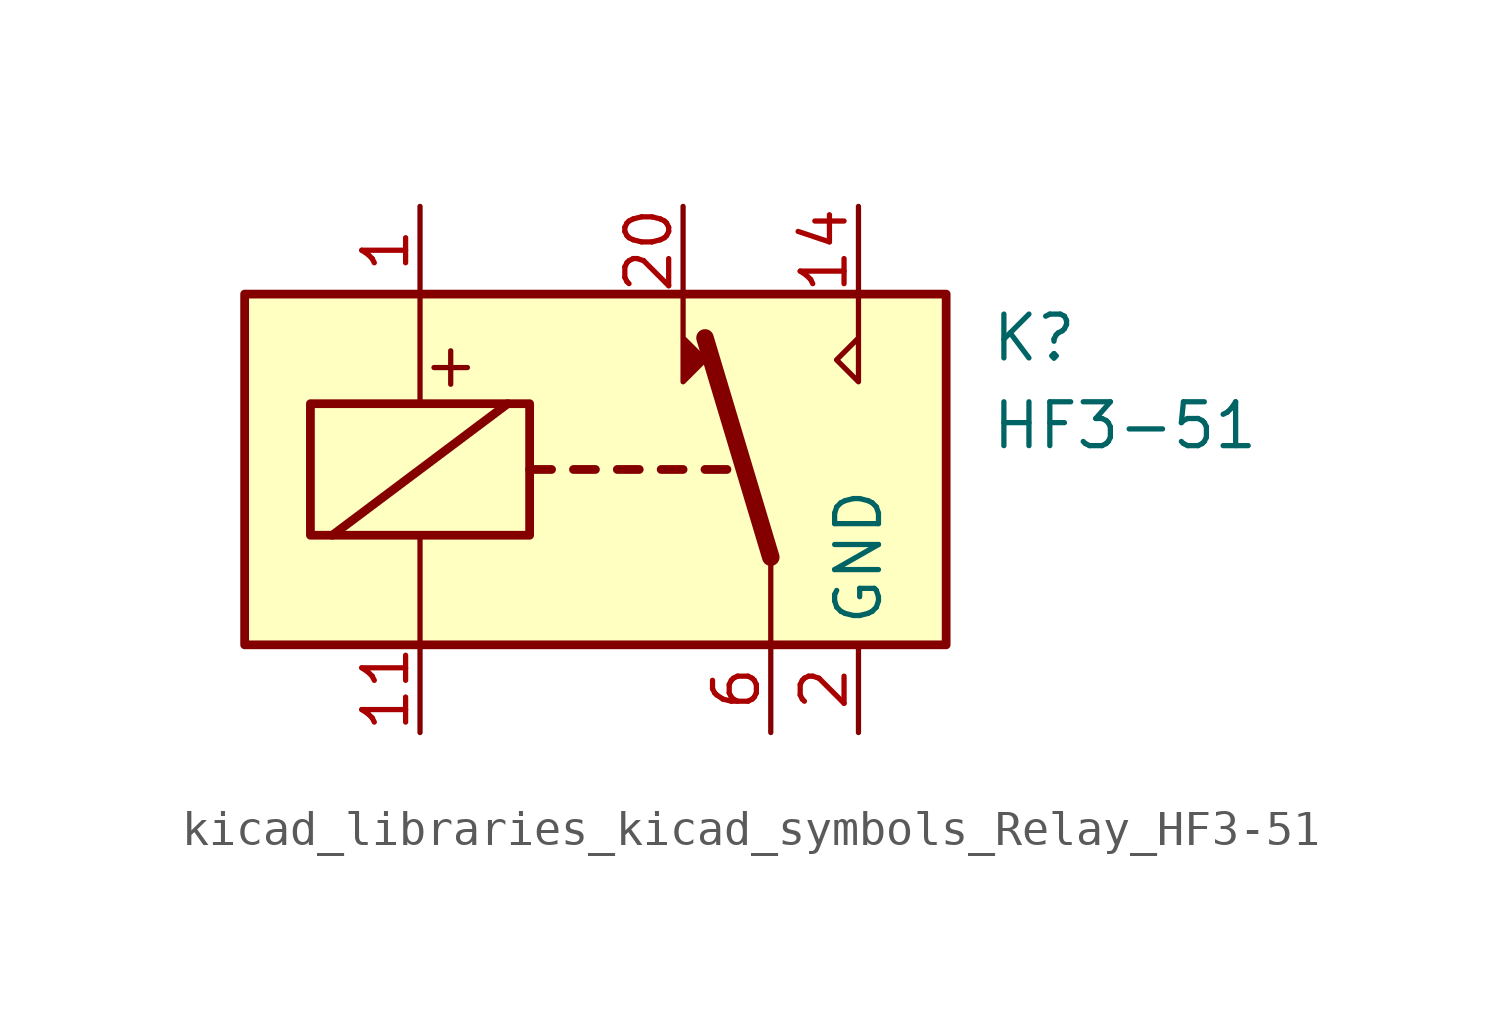
<source format=kicad_sym>
(kicad_symbol_lib
  (version 20220914)
  (generator kicad_symbol_editor)
  (symbol "kicad_libraries_kicad_symbols_Relay_HF3-51"
    (property "Reference" "K"
      (at 11.43 3.81 0)
      (effects (font (size 1.27 1.27)) (justify left)))
    (property "Value" "HF3-51"
      (at 11.43 1.27 0)
      (effects (font (size 1.27 1.27)) (justify left)))
    (symbol "kicad_libraries_kicad_symbols_Relay_HF3-51_0_0"
      (polyline (pts (xy 7.62 5.08) (xy 7.62 2.54) (xy 6.985 3.175) (xy 7.62 3.81)) (stroke (width 0) (type default)) (fill (type none)))
      (text "+" (at -4.191 3.048 0) (effects (font (size 1.27 1.27)))))
    (symbol "kicad_libraries_kicad_symbols_Relay_HF3-51_0_1"
      (rectangle (start -10.16 5.08) (end 10.16 -5.08) (stroke (width 0.254) (type default)) (fill (type background)))
      (rectangle (start -8.255 1.905) (end -1.905 -1.905) (stroke (width 0.254) (type default)) (fill (type none)))
      (polyline (pts (xy -7.62 -1.905) (xy -2.54 1.905)) (stroke (width 0.254) (type default)) (fill (type none)))
      (polyline (pts (xy -5.08 -5.08) (xy -5.08 -1.905)) (stroke (width 0) (type default)) (fill (type none)))
      (polyline (pts (xy -5.08 5.08) (xy -5.08 1.905)) (stroke (width 0) (type default)) (fill (type none)))
      (polyline (pts (xy -1.905 0) (xy -1.27 0)) (stroke (width 0.254) (type default)) (fill (type none)))
      (polyline (pts (xy -0.635 0) (xy 0 0)) (stroke (width 0.254) (type default)) (fill (type none)))
      (polyline (pts (xy 0.635 0) (xy 1.27 0)) (stroke (width 0.254) (type default)) (fill (type none)))
      (polyline (pts (xy 1.905 0) (xy 2.54 0)) (stroke (width 0.254) (type default)) (fill (type none)))
      (polyline (pts (xy 3.175 0) (xy 3.81 0)) (stroke (width 0.254) (type default)) (fill (type none)))
      (polyline (pts (xy 5.08 -2.54) (xy 3.175 3.81)) (stroke (width 0.508) (type default)) (fill (type none)))
      (polyline (pts (xy 5.08 -2.54) (xy 5.08 -5.08)) (stroke (width 0) (type default)) (fill (type none)))
      (polyline (pts (xy 2.54 5.08) (xy 2.54 2.54) (xy 3.175 3.175) (xy 2.54 3.81)) (stroke (width 0) (type default)) (fill (type outline))))
    (symbol "kicad_libraries_kicad_symbols_Relay_HF3-51_1_1"
      (pin passive line (at -5.08 7.62 270) (length 2.54) (name "~" (effects (font (size 1.27 1.27)))) (number "1" (effects (font (size 1.27 1.27)))))
      (pin passive line (at 7.62 -7.62 90) (length 2.54) hide (name "GND" (effects (font (size 1.27 1.27)))) (number "10" (effects (font (size 1.27 1.27)))))
      (pin passive line (at -5.08 -7.62 90) (length 2.54) (name "~" (effects (font (size 1.27 1.27)))) (number "11" (effects (font (size 1.27 1.27)))))
      (pin passive line (at 7.62 -7.62 90) (length 2.54) hide (name "GND" (effects (font (size 1.27 1.27)))) (number "12" (effects (font (size 1.27 1.27)))))
      (pin passive line (at 7.62 -7.62 90) (length 2.54) hide (name "GND" (effects (font (size 1.27 1.27)))) (number "13" (effects (font (size 1.27 1.27)))))
      (pin passive line (at 7.62 7.62 270) (length 2.54) (name "~" (effects (font (size 1.27 1.27)))) (number "14" (effects (font (size 1.27 1.27)))))
      (pin passive line (at 7.62 -7.62 90) (length 2.54) hide (name "GND" (effects (font (size 1.27 1.27)))) (number "15" (effects (font (size 1.27 1.27)))))
      (pin passive line (at 7.62 -7.62 90) (length 2.54) hide (name "GND" (effects (font (size 1.27 1.27)))) (number "17" (effects (font (size 1.27 1.27)))))
      (pin passive line (at 7.62 -7.62 90) (length 2.54) hide (name "GND" (effects (font (size 1.27 1.27)))) (number "19" (effects (font (size 1.27 1.27)))))
      (pin power_in line (at 7.62 -7.62 90) (length 2.54) (name "GND" (effects (font (size 1.27 1.27)))) (number "2" (effects (font (size 1.27 1.27)))))
      (pin passive line (at 2.54 7.62 270) (length 2.54) (name "~" (effects (font (size 1.27 1.27)))) (number "20" (effects (font (size 1.27 1.27)))))
      (pin passive line (at 7.62 -7.62 90) (length 2.54) hide (name "GND" (effects (font (size 1.27 1.27)))) (number "21" (effects (font (size 1.27 1.27)))))
      (pin passive line (at 7.62 -7.62 90) (length 2.54) hide (name "GND" (effects (font (size 1.27 1.27)))) (number "22" (effects (font (size 1.27 1.27)))))
      (pin passive line (at 7.62 -7.62 90) (length 2.54) hide (name "GND" (effects (font (size 1.27 1.27)))) (number "5" (effects (font (size 1.27 1.27)))))
      (pin passive line (at 5.08 -7.62 90) (length 2.54) (name "~" (effects (font (size 1.27 1.27)))) (number "6" (effects (font (size 1.27 1.27)))))
      (pin passive line (at 7.62 -7.62 90) (length 2.54) hide (name "GND" (effects (font (size 1.27 1.27)))) (number "7" (effects (font (size 1.27 1.27))))))))
</source>
